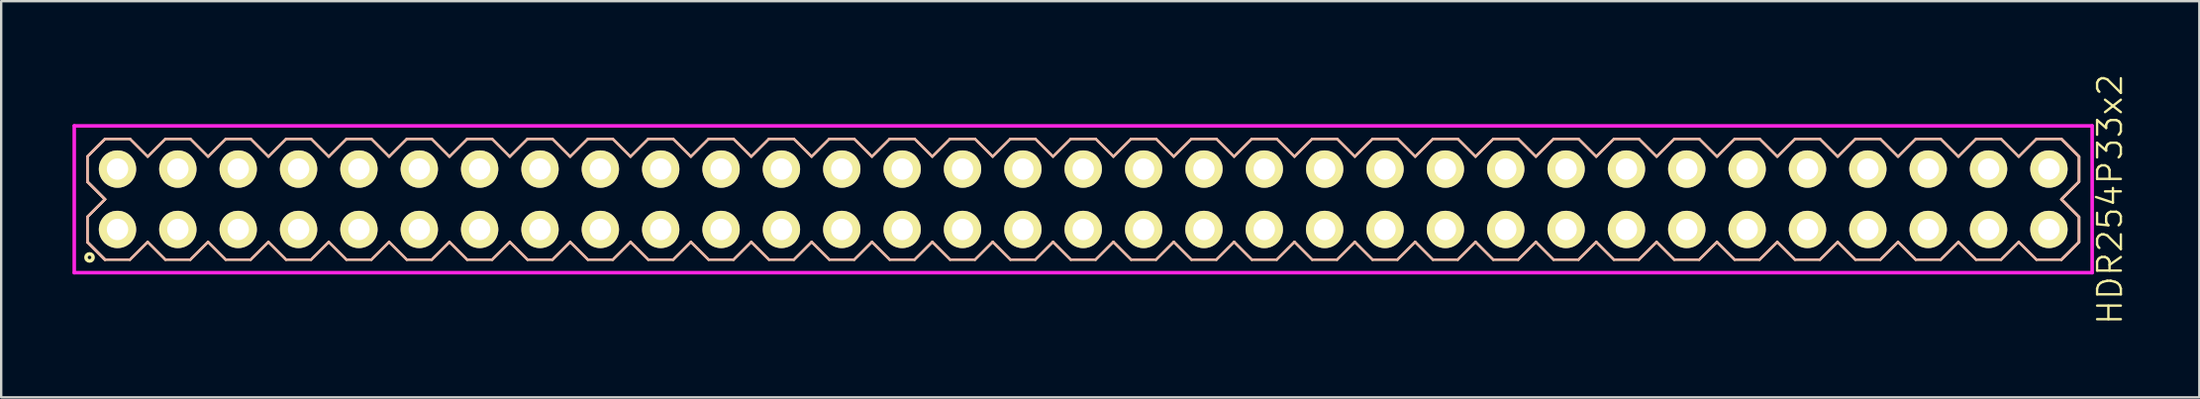
<source format=kicad_pcb>
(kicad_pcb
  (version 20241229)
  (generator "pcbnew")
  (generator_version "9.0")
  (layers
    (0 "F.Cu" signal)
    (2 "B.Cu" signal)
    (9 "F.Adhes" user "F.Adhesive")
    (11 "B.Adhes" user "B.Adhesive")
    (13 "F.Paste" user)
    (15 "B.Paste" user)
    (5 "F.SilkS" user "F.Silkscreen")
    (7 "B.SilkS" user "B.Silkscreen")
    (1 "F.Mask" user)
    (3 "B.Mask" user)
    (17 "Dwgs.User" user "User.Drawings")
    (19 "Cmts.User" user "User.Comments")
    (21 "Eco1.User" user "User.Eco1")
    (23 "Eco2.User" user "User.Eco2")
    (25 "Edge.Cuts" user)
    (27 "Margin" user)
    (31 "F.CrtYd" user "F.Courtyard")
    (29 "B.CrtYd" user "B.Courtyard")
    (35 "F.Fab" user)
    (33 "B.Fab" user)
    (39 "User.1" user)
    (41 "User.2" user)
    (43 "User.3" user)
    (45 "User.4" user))
  (footprint "HDR254P33x2"
    (layer "F.Cu")
    (at 42.535 5.336)
    (property "Reference" "HDR254P33x2" (at 43.21 0 90) (layer "F.SilkS") (effects (font (size 1 1) (thickness 0.1))))
    (attr through_hole)
    (fp_line (start -41.91 -1.796) (end -41.166 -2.54) (stroke (width 0.1) (type solid)) (layer "F.SilkS"))
    (fp_line (start -41.91 -1.796) (end -41.166 -2.54) (stroke (width 0.1) (type solid)) (layer "F.SilkS"))
    (fp_line (start -41.91 -0.744) (end -41.91 -1.796) (stroke (width 0.1) (type solid)) (layer "F.SilkS"))
    (fp_line (start -41.91 -0.744) (end -41.91 -1.796) (stroke (width 0.1) (type solid)) (layer "F.SilkS"))
    (fp_line (start -41.91 0.744) (end -41.166 0) (stroke (width 0.1) (type solid)) (layer "F.SilkS"))
    (fp_line (start -41.91 0.744) (end -41.166 0) (stroke (width 0.1) (type solid)) (layer "F.SilkS"))
    (fp_line (start -41.91 1.796) (end -41.91 0.744) (stroke (width 0.1) (type solid)) (layer "F.SilkS"))
    (fp_line (start -41.91 1.796) (end -41.91 0.744) (stroke (width 0.1) (type solid)) (layer "F.SilkS"))
    (fp_line (start -41.166 -2.54) (end -40.114 -2.54) (stroke (width 0.1) (type solid)) (layer "F.SilkS"))
    (fp_line (start -41.166 0) (end -41.91 -0.744) (stroke (width 0.1) (type solid)) (layer "F.SilkS"))
    (fp_line (start -41.166 0) (end -41.91 -0.744) (stroke (width 0.1) (type solid)) (layer "F.SilkS"))
    (fp_line (start -41.166 2.54) (end -41.91 1.796) (stroke (width 0.1) (type solid)) (layer "F.SilkS"))
    (fp_line (start -41.166 2.54) (end -41.91 1.796) (stroke (width 0.1) (type solid)) (layer "F.SilkS"))
    (fp_line (start -40.114 -2.54) (end -39.37 -1.796) (stroke (width 0.1) (type solid)) (layer "F.SilkS"))
    (fp_line (start -40.114 2.54) (end -41.166 2.54) (stroke (width 0.1) (type solid)) (layer "F.SilkS"))
    (fp_line (start -39.37 -1.796) (end -38.626 -2.54) (stroke (width 0.1) (type solid)) (layer "F.SilkS"))
    (fp_line (start -39.37 1.796) (end -40.114 2.54) (stroke (width 0.1) (type solid)) (layer "F.SilkS"))
    (fp_line (start -38.626 -2.54) (end -37.574 -2.54) (stroke (width 0.1) (type solid)) (layer "F.SilkS"))
    (fp_line (start -38.626 2.54) (end -39.37 1.796) (stroke (width 0.1) (type solid)) (layer "F.SilkS"))
    (fp_line (start -37.574 -2.54) (end -36.83 -1.796) (stroke (width 0.1) (type solid)) (layer "F.SilkS"))
    (fp_line (start -37.574 2.54) (end -38.626 2.54) (stroke (width 0.1) (type solid)) (layer "F.SilkS"))
    (fp_line (start -36.83 -1.796) (end -36.086 -2.54) (stroke (width 0.1) (type solid)) (layer "F.SilkS"))
    (fp_line (start -36.83 1.796) (end -37.574 2.54) (stroke (width 0.1) (type solid)) (layer "F.SilkS"))
    (fp_line (start -36.086 -2.54) (end -35.034 -2.54) (stroke (width 0.1) (type solid)) (layer "F.SilkS"))
    (fp_line (start -36.086 2.54) (end -36.83 1.796) (stroke (width 0.1) (type solid)) (layer "F.SilkS"))
    (fp_line (start -35.034 -2.54) (end -34.29 -1.796) (stroke (width 0.1) (type solid)) (layer "F.SilkS"))
    (fp_line (start -35.034 2.54) (end -36.086 2.54) (stroke (width 0.1) (type solid)) (layer "F.SilkS"))
    (fp_line (start -34.29 -1.796) (end -33.546 -2.54) (stroke (width 0.1) (type solid)) (layer "F.SilkS"))
    (fp_line (start -34.29 1.796) (end -35.034 2.54) (stroke (width 0.1) (type solid)) (layer "F.SilkS"))
    (fp_line (start -33.546 -2.54) (end -32.494 -2.54) (stroke (width 0.1) (type solid)) (layer "F.SilkS"))
    (fp_line (start -33.546 2.54) (end -34.29 1.796) (stroke (width 0.1) (type solid)) (layer "F.SilkS"))
    (fp_line (start -32.494 -2.54) (end -31.75 -1.796) (stroke (width 0.1) (type solid)) (layer "F.SilkS"))
    (fp_line (start -32.494 2.54) (end -33.546 2.54) (stroke (width 0.1) (type solid)) (layer "F.SilkS"))
    (fp_line (start -31.75 -1.796) (end -31.006 -2.54) (stroke (width 0.1) (type solid)) (layer "F.SilkS"))
    (fp_line (start -31.75 1.796) (end -32.494 2.54) (stroke (width 0.1) (type solid)) (layer "F.SilkS"))
    (fp_line (start -31.006 -2.54) (end -29.954 -2.54) (stroke (width 0.1) (type solid)) (layer "F.SilkS"))
    (fp_line (start -31.006 2.54) (end -31.75 1.796) (stroke (width 0.1) (type solid)) (layer "F.SilkS"))
    (fp_line (start -29.954 -2.54) (end -29.21 -1.796) (stroke (width 0.1) (type solid)) (layer "F.SilkS"))
    (fp_line (start -29.954 2.54) (end -31.006 2.54) (stroke (width 0.1) (type solid)) (layer "F.SilkS"))
    (fp_line (start -29.21 -1.796) (end -28.466 -2.54) (stroke (width 0.1) (type solid)) (layer "F.SilkS"))
    (fp_line (start -29.21 1.796) (end -29.954 2.54) (stroke (width 0.1) (type solid)) (layer "F.SilkS"))
    (fp_line (start -28.466 -2.54) (end -27.414 -2.54) (stroke (width 0.1) (type solid)) (layer "F.SilkS"))
    (fp_line (start -28.466 2.54) (end -29.21 1.796) (stroke (width 0.1) (type solid)) (layer "F.SilkS"))
    (fp_line (start -27.414 -2.54) (end -26.67 -1.796) (stroke (width 0.1) (type solid)) (layer "F.SilkS"))
    (fp_line (start -27.414 2.54) (end -28.466 2.54) (stroke (width 0.1) (type solid)) (layer "F.SilkS"))
    (fp_line (start -26.67 -1.796) (end -25.926 -2.54) (stroke (width 0.1) (type solid)) (layer "F.SilkS"))
    (fp_line (start -26.67 1.796) (end -27.414 2.54) (stroke (width 0.1) (type solid)) (layer "F.SilkS"))
    (fp_line (start -25.926 -2.54) (end -24.874 -2.54) (stroke (width 0.1) (type solid)) (layer "F.SilkS"))
    (fp_line (start -25.926 2.54) (end -26.67 1.796) (stroke (width 0.1) (type solid)) (layer "F.SilkS"))
    (fp_line (start -24.874 -2.54) (end -24.13 -1.796) (stroke (width 0.1) (type solid)) (layer "F.SilkS"))
    (fp_line (start -24.874 2.54) (end -25.926 2.54) (stroke (width 0.1) (type solid)) (layer "F.SilkS"))
    (fp_line (start -24.13 -1.796) (end -23.386 -2.54) (stroke (width 0.1) (type solid)) (layer "F.SilkS"))
    (fp_line (start -24.13 1.796) (end -24.874 2.54) (stroke (width 0.1) (type solid)) (layer "F.SilkS"))
    (fp_line (start -23.386 -2.54) (end -22.334 -2.54) (stroke (width 0.1) (type solid)) (layer "F.SilkS"))
    (fp_line (start -23.386 2.54) (end -24.13 1.796) (stroke (width 0.1) (type solid)) (layer "F.SilkS"))
    (fp_line (start -22.334 -2.54) (end -21.59 -1.796) (stroke (width 0.1) (type solid)) (layer "F.SilkS"))
    (fp_line (start -22.334 2.54) (end -23.386 2.54) (stroke (width 0.1) (type solid)) (layer "F.SilkS"))
    (fp_line (start -21.59 -1.796) (end -20.846 -2.54) (stroke (width 0.1) (type solid)) (layer "F.SilkS"))
    (fp_line (start -21.59 1.796) (end -22.334 2.54) (stroke (width 0.1) (type solid)) (layer "F.SilkS"))
    (fp_line (start -20.846 -2.54) (end -19.794 -2.54) (stroke (width 0.1) (type solid)) (layer "F.SilkS"))
    (fp_line (start -20.846 2.54) (end -21.59 1.796) (stroke (width 0.1) (type solid)) (layer "F.SilkS"))
    (fp_line (start -19.794 -2.54) (end -19.05 -1.796) (stroke (width 0.1) (type solid)) (layer "F.SilkS"))
    (fp_line (start -19.794 2.54) (end -20.846 2.54) (stroke (width 0.1) (type solid)) (layer "F.SilkS"))
    (fp_line (start -19.05 -1.796) (end -18.306 -2.54) (stroke (width 0.1) (type solid)) (layer "F.SilkS"))
    (fp_line (start -19.05 1.796) (end -19.794 2.54) (stroke (width 0.1) (type solid)) (layer "F.SilkS"))
    (fp_line (start -18.306 -2.54) (end -17.254 -2.54) (stroke (width 0.1) (type solid)) (layer "F.SilkS"))
    (fp_line (start -18.306 2.54) (end -19.05 1.796) (stroke (width 0.1) (type solid)) (layer "F.SilkS"))
    (fp_line (start -17.254 -2.54) (end -16.51 -1.796) (stroke (width 0.1) (type solid)) (layer "F.SilkS"))
    (fp_line (start -17.254 2.54) (end -18.306 2.54) (stroke (width 0.1) (type solid)) (layer "F.SilkS"))
    (fp_line (start -16.51 -1.796) (end -15.766 -2.54) (stroke (width 0.1) (type solid)) (layer "F.SilkS"))
    (fp_line (start -16.51 1.796) (end -17.254 2.54) (stroke (width 0.1) (type solid)) (layer "F.SilkS"))
    (fp_line (start -15.766 -2.54) (end -14.714 -2.54) (stroke (width 0.1) (type solid)) (layer "F.SilkS"))
    (fp_line (start -15.766 2.54) (end -16.51 1.796) (stroke (width 0.1) (type solid)) (layer "F.SilkS"))
    (fp_line (start -14.714 -2.54) (end -13.97 -1.796) (stroke (width 0.1) (type solid)) (layer "F.SilkS"))
    (fp_line (start -14.714 2.54) (end -15.766 2.54) (stroke (width 0.1) (type solid)) (layer "F.SilkS"))
    (fp_line (start -13.97 -1.796) (end -13.226 -2.54) (stroke (width 0.1) (type solid)) (layer "F.SilkS"))
    (fp_line (start -13.97 1.796) (end -14.714 2.54) (stroke (width 0.1) (type solid)) (layer "F.SilkS"))
    (fp_line (start -13.226 -2.54) (end -12.174 -2.54) (stroke (width 0.1) (type solid)) (layer "F.SilkS"))
    (fp_line (start -13.226 2.54) (end -13.97 1.796) (stroke (width 0.1) (type solid)) (layer "F.SilkS"))
    (fp_line (start -12.174 -2.54) (end -11.43 -1.796) (stroke (width 0.1) (type solid)) (layer "F.SilkS"))
    (fp_line (start -12.174 2.54) (end -13.226 2.54) (stroke (width 0.1) (type solid)) (layer "F.SilkS"))
    (fp_line (start -11.43 -1.796) (end -10.686 -2.54) (stroke (width 0.1) (type solid)) (layer "F.SilkS"))
    (fp_line (start -11.43 1.796) (end -12.174 2.54) (stroke (width 0.1) (type solid)) (layer "F.SilkS"))
    (fp_line (start -10.686 -2.54) (end -9.634 -2.54) (stroke (width 0.1) (type solid)) (layer "F.SilkS"))
    (fp_line (start -10.686 2.54) (end -11.43 1.796) (stroke (width 0.1) (type solid)) (layer "F.SilkS"))
    (fp_line (start -9.634 -2.54) (end -8.89 -1.796) (stroke (width 0.1) (type solid)) (layer "F.SilkS"))
    (fp_line (start -9.634 2.54) (end -10.686 2.54) (stroke (width 0.1) (type solid)) (layer "F.SilkS"))
    (fp_line (start -8.89 -1.796) (end -8.146 -2.54) (stroke (width 0.1) (type solid)) (layer "F.SilkS"))
    (fp_line (start -8.89 1.796) (end -9.634 2.54) (stroke (width 0.1) (type solid)) (layer "F.SilkS"))
    (fp_line (start -8.146 -2.54) (end -7.094 -2.54) (stroke (width 0.1) (type solid)) (layer "F.SilkS"))
    (fp_line (start -8.146 2.54) (end -8.89 1.796) (stroke (width 0.1) (type solid)) (layer "F.SilkS"))
    (fp_line (start -7.094 -2.54) (end -6.35 -1.796) (stroke (width 0.1) (type solid)) (layer "F.SilkS"))
    (fp_line (start -7.094 2.54) (end -8.146 2.54) (stroke (width 0.1) (type solid)) (layer "F.SilkS"))
    (fp_line (start -6.35 -1.796) (end -5.606 -2.54) (stroke (width 0.1) (type solid)) (layer "F.SilkS"))
    (fp_line (start -6.35 1.796) (end -7.094 2.54) (stroke (width 0.1) (type solid)) (layer "F.SilkS"))
    (fp_line (start -5.606 -2.54) (end -4.554 -2.54) (stroke (width 0.1) (type solid)) (layer "F.SilkS"))
    (fp_line (start -5.606 2.54) (end -6.35 1.796) (stroke (width 0.1) (type solid)) (layer "F.SilkS"))
    (fp_line (start -4.554 -2.54) (end -3.81 -1.796) (stroke (width 0.1) (type solid)) (layer "F.SilkS"))
    (fp_line (start -4.554 2.54) (end -5.606 2.54) (stroke (width 0.1) (type solid)) (layer "F.SilkS"))
    (fp_line (start -3.81 -1.796) (end -3.066 -2.54) (stroke (width 0.1) (type solid)) (layer "F.SilkS"))
    (fp_line (start -3.81 1.796) (end -4.554 2.54) (stroke (width 0.1) (type solid)) (layer "F.SilkS"))
    (fp_line (start -3.066 -2.54) (end -2.014 -2.54) (stroke (width 0.1) (type solid)) (layer "F.SilkS"))
    (fp_line (start -3.066 2.54) (end -3.81 1.796) (stroke (width 0.1) (type solid)) (layer "F.SilkS"))
    (fp_line (start -2.014 -2.54) (end -1.27 -1.796) (stroke (width 0.1) (type solid)) (layer "F.SilkS"))
    (fp_line (start -2.014 2.54) (end -3.066 2.54) (stroke (width 0.1) (type solid)) (layer "F.SilkS"))
    (fp_line (start -1.27 -1.796) (end -0.526 -2.54) (stroke (width 0.1) (type solid)) (layer "F.SilkS"))
    (fp_line (start -1.27 1.796) (end -2.014 2.54) (stroke (width 0.1) (type solid)) (layer "F.SilkS"))
    (fp_line (start -0.526 -2.54) (end 0.526 -2.54) (stroke (width 0.1) (type solid)) (layer "F.SilkS"))
    (fp_line (start -0.526 2.54) (end -1.27 1.796) (stroke (width 0.1) (type solid)) (layer "F.SilkS"))
    (fp_line (start 0.526 -2.54) (end 1.27 -1.796) (stroke (width 0.1) (type solid)) (layer "F.SilkS"))
    (fp_line (start 0.526 2.54) (end -0.526 2.54) (stroke (width 0.1) (type solid)) (layer "F.SilkS"))
    (fp_line (start 1.27 -1.796) (end 2.014 -2.54) (stroke (width 0.1) (type solid)) (layer "F.SilkS"))
    (fp_line (start 1.27 1.796) (end 0.526 2.54) (stroke (width 0.1) (type solid)) (layer "F.SilkS"))
    (fp_line (start 2.014 -2.54) (end 3.066 -2.54) (stroke (width 0.1) (type solid)) (layer "F.SilkS"))
    (fp_line (start 2.014 2.54) (end 1.27 1.796) (stroke (width 0.1) (type solid)) (layer "F.SilkS"))
    (fp_line (start 3.066 -2.54) (end 3.81 -1.796) (stroke (width 0.1) (type solid)) (layer "F.SilkS"))
    (fp_line (start 3.066 2.54) (end 2.014 2.54) (stroke (width 0.1) (type solid)) (layer "F.SilkS"))
    (fp_line (start 3.81 -1.796) (end 4.554 -2.54) (stroke (width 0.1) (type solid)) (layer "F.SilkS"))
    (fp_line (start 3.81 1.796) (end 3.066 2.54) (stroke (width 0.1) (type solid)) (layer "F.SilkS"))
    (fp_line (start 4.554 -2.54) (end 5.606 -2.54) (stroke (width 0.1) (type solid)) (layer "F.SilkS"))
    (fp_line (start 4.554 2.54) (end 3.81 1.796) (stroke (width 0.1) (type solid)) (layer "F.SilkS"))
    (fp_line (start 5.606 -2.54) (end 6.35 -1.796) (stroke (width 0.1) (type solid)) (layer "F.SilkS"))
    (fp_line (start 5.606 2.54) (end 4.554 2.54) (stroke (width 0.1) (type solid)) (layer "F.SilkS"))
    (fp_line (start 6.35 -1.796) (end 7.094 -2.54) (stroke (width 0.1) (type solid)) (layer "F.SilkS"))
    (fp_line (start 6.35 1.796) (end 5.606 2.54) (stroke (width 0.1) (type solid)) (layer "F.SilkS"))
    (fp_line (start 7.094 -2.54) (end 8.146 -2.54) (stroke (width 0.1) (type solid)) (layer "F.SilkS"))
    (fp_line (start 7.094 2.54) (end 6.35 1.796) (stroke (width 0.1) (type solid)) (layer "F.SilkS"))
    (fp_line (start 8.146 -2.54) (end 8.89 -1.796) (stroke (width 0.1) (type solid)) (layer "F.SilkS"))
    (fp_line (start 8.146 2.54) (end 7.094 2.54) (stroke (width 0.1) (type solid)) (layer "F.SilkS"))
    (fp_line (start 8.89 -1.796) (end 9.634 -2.54) (stroke (width 0.1) (type solid)) (layer "F.SilkS"))
    (fp_line (start 8.89 1.796) (end 8.146 2.54) (stroke (width 0.1) (type solid)) (layer "F.SilkS"))
    (fp_line (start 9.634 -2.54) (end 10.686 -2.54) (stroke (width 0.1) (type solid)) (layer "F.SilkS"))
    (fp_line (start 9.634 2.54) (end 8.89 1.796) (stroke (width 0.1) (type solid)) (layer "F.SilkS"))
    (fp_line (start 10.686 -2.54) (end 11.43 -1.796) (stroke (width 0.1) (type solid)) (layer "F.SilkS"))
    (fp_line (start 10.686 2.54) (end 9.634 2.54) (stroke (width 0.1) (type solid)) (layer "F.SilkS"))
    (fp_line (start 11.43 -1.796) (end 12.174 -2.54) (stroke (width 0.1) (type solid)) (layer "F.SilkS"))
    (fp_line (start 11.43 1.796) (end 10.686 2.54) (stroke (width 0.1) (type solid)) (layer "F.SilkS"))
    (fp_line (start 12.174 -2.54) (end 13.226 -2.54) (stroke (width 0.1) (type solid)) (layer "F.SilkS"))
    (fp_line (start 12.174 2.54) (end 11.43 1.796) (stroke (width 0.1) (type solid)) (layer "F.SilkS"))
    (fp_line (start 13.226 -2.54) (end 13.97 -1.796) (stroke (width 0.1) (type solid)) (layer "F.SilkS"))
    (fp_line (start 13.226 2.54) (end 12.174 2.54) (stroke (width 0.1) (type solid)) (layer "F.SilkS"))
    (fp_line (start 13.97 -1.796) (end 14.714 -2.54) (stroke (width 0.1) (type solid)) (layer "F.SilkS"))
    (fp_line (start 13.97 1.796) (end 13.226 2.54) (stroke (width 0.1) (type solid)) (layer "F.SilkS"))
    (fp_line (start 14.714 -2.54) (end 15.766 -2.54) (stroke (width 0.1) (type solid)) (layer "F.SilkS"))
    (fp_line (start 14.714 2.54) (end 13.97 1.796) (stroke (width 0.1) (type solid)) (layer "F.SilkS"))
    (fp_line (start 15.766 -2.54) (end 16.51 -1.796) (stroke (width 0.1) (type solid)) (layer "F.SilkS"))
    (fp_line (start 15.766 2.54) (end 14.714 2.54) (stroke (width 0.1) (type solid)) (layer "F.SilkS"))
    (fp_line (start 16.51 -1.796) (end 17.254 -2.54) (stroke (width 0.1) (type solid)) (layer "F.SilkS"))
    (fp_line (start 16.51 1.796) (end 15.766 2.54) (stroke (width 0.1) (type solid)) (layer "F.SilkS"))
    (fp_line (start 17.254 -2.54) (end 18.306 -2.54) (stroke (width 0.1) (type solid)) (layer "F.SilkS"))
    (fp_line (start 17.254 2.54) (end 16.51 1.796) (stroke (width 0.1) (type solid)) (layer "F.SilkS"))
    (fp_line (start 18.306 -2.54) (end 19.05 -1.796) (stroke (width 0.1) (type solid)) (layer "F.SilkS"))
    (fp_line (start 18.306 2.54) (end 17.254 2.54) (stroke (width 0.1) (type solid)) (layer "F.SilkS"))
    (fp_line (start 19.05 -1.796) (end 19.794 -2.54) (stroke (width 0.1) (type solid)) (layer "F.SilkS"))
    (fp_line (start 19.05 1.796) (end 18.306 2.54) (stroke (width 0.1) (type solid)) (layer "F.SilkS"))
    (fp_line (start 19.794 -2.54) (end 20.846 -2.54) (stroke (width 0.1) (type solid)) (layer "F.SilkS"))
    (fp_line (start 19.794 2.54) (end 19.05 1.796) (stroke (width 0.1) (type solid)) (layer "F.SilkS"))
    (fp_line (start 20.846 -2.54) (end 21.59 -1.796) (stroke (width 0.1) (type solid)) (layer "F.SilkS"))
    (fp_line (start 20.846 2.54) (end 19.794 2.54) (stroke (width 0.1) (type solid)) (layer "F.SilkS"))
    (fp_line (start 21.59 -1.796) (end 22.334 -2.54) (stroke (width 0.1) (type solid)) (layer "F.SilkS"))
    (fp_line (start 21.59 1.796) (end 20.846 2.54) (stroke (width 0.1) (type solid)) (layer "F.SilkS"))
    (fp_line (start 22.334 -2.54) (end 23.386 -2.54) (stroke (width 0.1) (type solid)) (layer "F.SilkS"))
    (fp_line (start 22.334 2.54) (end 21.59 1.796) (stroke (width 0.1) (type solid)) (layer "F.SilkS"))
    (fp_line (start 23.386 -2.54) (end 24.13 -1.796) (stroke (width 0.1) (type solid)) (layer "F.SilkS"))
    (fp_line (start 23.386 2.54) (end 22.334 2.54) (stroke (width 0.1) (type solid)) (layer "F.SilkS"))
    (fp_line (start 24.13 -1.796) (end 24.874 -2.54) (stroke (width 0.1) (type solid)) (layer "F.SilkS"))
    (fp_line (start 24.13 1.796) (end 23.386 2.54) (stroke (width 0.1) (type solid)) (layer "F.SilkS"))
    (fp_line (start 24.874 -2.54) (end 25.926 -2.54) (stroke (width 0.1) (type solid)) (layer "F.SilkS"))
    (fp_line (start 24.874 2.54) (end 24.13 1.796) (stroke (width 0.1) (type solid)) (layer "F.SilkS"))
    (fp_line (start 25.926 -2.54) (end 26.67 -1.796) (stroke (width 0.1) (type solid)) (layer "F.SilkS"))
    (fp_line (start 25.926 2.54) (end 24.874 2.54) (stroke (width 0.1) (type solid)) (layer "F.SilkS"))
    (fp_line (start 26.67 -1.796) (end 27.414 -2.54) (stroke (width 0.1) (type solid)) (layer "F.SilkS"))
    (fp_line (start 26.67 1.796) (end 25.926 2.54) (stroke (width 0.1) (type solid)) (layer "F.SilkS"))
    (fp_line (start 27.414 -2.54) (end 28.466 -2.54) (stroke (width 0.1) (type solid)) (layer "F.SilkS"))
    (fp_line (start 27.414 2.54) (end 26.67 1.796) (stroke (width 0.1) (type solid)) (layer "F.SilkS"))
    (fp_line (start 28.466 -2.54) (end 29.21 -1.796) (stroke (width 0.1) (type solid)) (layer "F.SilkS"))
    (fp_line (start 28.466 2.54) (end 27.414 2.54) (stroke (width 0.1) (type solid)) (layer "F.SilkS"))
    (fp_line (start 29.21 -1.796) (end 29.954 -2.54) (stroke (width 0.1) (type solid)) (layer "F.SilkS"))
    (fp_line (start 29.21 1.796) (end 28.466 2.54) (stroke (width 0.1) (type solid)) (layer "F.SilkS"))
    (fp_line (start 29.954 -2.54) (end 31.006 -2.54) (stroke (width 0.1) (type solid)) (layer "F.SilkS"))
    (fp_line (start 29.954 2.54) (end 29.21 1.796) (stroke (width 0.1) (type solid)) (layer "F.SilkS"))
    (fp_line (start 31.006 -2.54) (end 31.75 -1.796) (stroke (width 0.1) (type solid)) (layer "F.SilkS"))
    (fp_line (start 31.006 2.54) (end 29.954 2.54) (stroke (width 0.1) (type solid)) (layer "F.SilkS"))
    (fp_line (start 31.75 -1.796) (end 32.494 -2.54) (stroke (width 0.1) (type solid)) (layer "F.SilkS"))
    (fp_line (start 31.75 1.796) (end 31.006 2.54) (stroke (width 0.1) (type solid)) (layer "F.SilkS"))
    (fp_line (start 32.494 -2.54) (end 33.546 -2.54) (stroke (width 0.1) (type solid)) (layer "F.SilkS"))
    (fp_line (start 32.494 2.54) (end 31.75 1.796) (stroke (width 0.1) (type solid)) (layer "F.SilkS"))
    (fp_line (start 33.546 -2.54) (end 34.29 -1.796) (stroke (width 0.1) (type solid)) (layer "F.SilkS"))
    (fp_line (start 33.546 2.54) (end 32.494 2.54) (stroke (width 0.1) (type solid)) (layer "F.SilkS"))
    (fp_line (start 34.29 -1.796) (end 35.034 -2.54) (stroke (width 0.1) (type solid)) (layer "F.SilkS"))
    (fp_line (start 34.29 1.796) (end 33.546 2.54) (stroke (width 0.1) (type solid)) (layer "F.SilkS"))
    (fp_line (start 35.034 -2.54) (end 36.086 -2.54) (stroke (width 0.1) (type solid)) (layer "F.SilkS"))
    (fp_line (start 35.034 2.54) (end 34.29 1.796) (stroke (width 0.1) (type solid)) (layer "F.SilkS"))
    (fp_line (start 36.086 -2.54) (end 36.83 -1.796) (stroke (width 0.1) (type solid)) (layer "F.SilkS"))
    (fp_line (start 36.086 2.54) (end 35.034 2.54) (stroke (width 0.1) (type solid)) (layer "F.SilkS"))
    (fp_line (start 36.83 -1.796) (end 37.574 -2.54) (stroke (width 0.1) (type solid)) (layer "F.SilkS"))
    (fp_line (start 36.83 1.796) (end 36.086 2.54) (stroke (width 0.1) (type solid)) (layer "F.SilkS"))
    (fp_line (start 37.574 -2.54) (end 38.626 -2.54) (stroke (width 0.1) (type solid)) (layer "F.SilkS"))
    (fp_line (start 37.574 2.54) (end 36.83 1.796) (stroke (width 0.1) (type solid)) (layer "F.SilkS"))
    (fp_line (start 38.626 -2.54) (end 39.37 -1.796) (stroke (width 0.1) (type solid)) (layer "F.SilkS"))
    (fp_line (start 38.626 2.54) (end 37.574 2.54) (stroke (width 0.1) (type solid)) (layer "F.SilkS"))
    (fp_line (start 39.37 -1.796) (end 40.114 -2.54) (stroke (width 0.1) (type solid)) (layer "F.SilkS"))
    (fp_line (start 39.37 1.796) (end 38.626 2.54) (stroke (width 0.1) (type solid)) (layer "F.SilkS"))
    (fp_line (start 40.114 -2.54) (end 41.166 -2.54) (stroke (width 0.1) (type solid)) (layer "F.SilkS"))
    (fp_line (start 40.114 2.54) (end 39.37 1.796) (stroke (width 0.1) (type solid)) (layer "F.SilkS"))
    (fp_line (start 41.166 -2.54) (end 41.91 -1.796) (stroke (width 0.1) (type solid)) (layer "F.SilkS"))
    (fp_line (start 41.166 -2.54) (end 41.91 -1.796) (stroke (width 0.1) (type solid)) (layer "F.SilkS"))
    (fp_line (start 41.166 0) (end 41.91 0.744) (stroke (width 0.1) (type solid)) (layer "F.SilkS"))
    (fp_line (start 41.166 0) (end 41.91 0.744) (stroke (width 0.1) (type solid)) (layer "F.SilkS"))
    (fp_line (start 41.166 2.54) (end 40.114 2.54) (stroke (width 0.1) (type solid)) (layer "F.SilkS"))
    (fp_line (start 41.91 -1.796) (end 41.91 -0.744) (stroke (width 0.1) (type solid)) (layer "F.SilkS"))
    (fp_line (start 41.91 -1.796) (end 41.91 -0.744) (stroke (width 0.1) (type solid)) (layer "F.SilkS"))
    (fp_line (start 41.91 -0.744) (end 41.166 0) (stroke (width 0.1) (type solid)) (layer "F.SilkS"))
    (fp_line (start 41.91 -0.744) (end 41.166 0) (stroke (width 0.1) (type solid)) (layer "F.SilkS"))
    (fp_line (start 41.91 0.744) (end 41.91 1.796) (stroke (width 0.1) (type solid)) (layer "F.SilkS"))
    (fp_line (start 41.91 0.744) (end 41.91 1.796) (stroke (width 0.1) (type solid)) (layer "F.SilkS"))
    (fp_line (start 41.91 1.796) (end 41.166 2.54) (stroke (width 0.1) (type solid)) (layer "F.SilkS"))
    (fp_line (start 41.91 1.796) (end 41.166 2.54) (stroke (width 0.1) (type solid)) (layer "F.SilkS"))
    (fp_circle (center -41.817 2.448) (end -41.667 2.448) (stroke (width 0.15) (type solid)) (fill no) (layer "F.SilkS"))
    (fp_line (start -41.91 -1.796) (end -41.166 -2.54) (stroke (width 0.1) (type solid)) (layer "B.SilkS"))
    (fp_line (start -41.91 -1.796) (end -41.166 -2.54) (stroke (width 0.1) (type solid)) (layer "B.SilkS"))
    (fp_line (start -41.91 -0.744) (end -41.91 -1.796) (stroke (width 0.1) (type solid)) (layer "B.SilkS"))
    (fp_line (start -41.91 -0.744) (end -41.91 -1.796) (stroke (width 0.1) (type solid)) (layer "B.SilkS"))
    (fp_line (start -41.91 0.744) (end -41.166 0) (stroke (width 0.1) (type solid)) (layer "B.SilkS"))
    (fp_line (start -41.91 0.744) (end -41.166 0) (stroke (width 0.1) (type solid)) (layer "B.SilkS"))
    (fp_line (start -41.91 1.796) (end -41.91 0.744) (stroke (width 0.1) (type solid)) (layer "B.SilkS"))
    (fp_line (start -41.91 1.796) (end -41.91 0.744) (stroke (width 0.1) (type solid)) (layer "B.SilkS"))
    (fp_line (start -41.166 -2.54) (end -40.114 -2.54) (stroke (width 0.1) (type solid)) (layer "B.SilkS"))
    (fp_line (start -41.166 0) (end -41.91 -0.744) (stroke (width 0.1) (type solid)) (layer "B.SilkS"))
    (fp_line (start -41.166 0) (end -41.91 -0.744) (stroke (width 0.1) (type solid)) (layer "B.SilkS"))
    (fp_line (start -41.166 2.54) (end -41.91 1.796) (stroke (width 0.1) (type solid)) (layer "B.SilkS"))
    (fp_line (start -41.166 2.54) (end -41.91 1.796) (stroke (width 0.1) (type solid)) (layer "B.SilkS"))
    (fp_line (start -40.114 -2.54) (end -39.37 -1.796) (stroke (width 0.1) (type solid)) (layer "B.SilkS"))
    (fp_line (start -40.114 2.54) (end -41.166 2.54) (stroke (width 0.1) (type solid)) (layer "B.SilkS"))
    (fp_line (start -39.37 -1.796) (end -38.626 -2.54) (stroke (width 0.1) (type solid)) (layer "B.SilkS"))
    (fp_line (start -39.37 1.796) (end -40.114 2.54) (stroke (width 0.1) (type solid)) (layer "B.SilkS"))
    (fp_line (start -38.626 -2.54) (end -37.574 -2.54) (stroke (width 0.1) (type solid)) (layer "B.SilkS"))
    (fp_line (start -38.626 2.54) (end -39.37 1.796) (stroke (width 0.1) (type solid)) (layer "B.SilkS"))
    (fp_line (start -37.574 -2.54) (end -36.83 -1.796) (stroke (width 0.1) (type solid)) (layer "B.SilkS"))
    (fp_line (start -37.574 2.54) (end -38.626 2.54) (stroke (width 0.1) (type solid)) (layer "B.SilkS"))
    (fp_line (start -36.83 -1.796) (end -36.086 -2.54) (stroke (width 0.1) (type solid)) (layer "B.SilkS"))
    (fp_line (start -36.83 1.796) (end -37.574 2.54) (stroke (width 0.1) (type solid)) (layer "B.SilkS"))
    (fp_line (start -36.086 -2.54) (end -35.034 -2.54) (stroke (width 0.1) (type solid)) (layer "B.SilkS"))
    (fp_line (start -36.086 2.54) (end -36.83 1.796) (stroke (width 0.1) (type solid)) (layer "B.SilkS"))
    (fp_line (start -35.034 -2.54) (end -34.29 -1.796) (stroke (width 0.1) (type solid)) (layer "B.SilkS"))
    (fp_line (start -35.034 2.54) (end -36.086 2.54) (stroke (width 0.1) (type solid)) (layer "B.SilkS"))
    (fp_line (start -34.29 -1.796) (end -33.546 -2.54) (stroke (width 0.1) (type solid)) (layer "B.SilkS"))
    (fp_line (start -34.29 1.796) (end -35.034 2.54) (stroke (width 0.1) (type solid)) (layer "B.SilkS"))
    (fp_line (start -33.546 -2.54) (end -32.494 -2.54) (stroke (width 0.1) (type solid)) (layer "B.SilkS"))
    (fp_line (start -33.546 2.54) (end -34.29 1.796) (stroke (width 0.1) (type solid)) (layer "B.SilkS"))
    (fp_line (start -32.494 -2.54) (end -31.75 -1.796) (stroke (width 0.1) (type solid)) (layer "B.SilkS"))
    (fp_line (start -32.494 2.54) (end -33.546 2.54) (stroke (width 0.1) (type solid)) (layer "B.SilkS"))
    (fp_line (start -31.75 -1.796) (end -31.006 -2.54) (stroke (width 0.1) (type solid)) (layer "B.SilkS"))
    (fp_line (start -31.75 1.796) (end -32.494 2.54) (stroke (width 0.1) (type solid)) (layer "B.SilkS"))
    (fp_line (start -31.006 -2.54) (end -29.954 -2.54) (stroke (width 0.1) (type solid)) (layer "B.SilkS"))
    (fp_line (start -31.006 2.54) (end -31.75 1.796) (stroke (width 0.1) (type solid)) (layer "B.SilkS"))
    (fp_line (start -29.954 -2.54) (end -29.21 -1.796) (stroke (width 0.1) (type solid)) (layer "B.SilkS"))
    (fp_line (start -29.954 2.54) (end -31.006 2.54) (stroke (width 0.1) (type solid)) (layer "B.SilkS"))
    (fp_line (start -29.21 -1.796) (end -28.466 -2.54) (stroke (width 0.1) (type solid)) (layer "B.SilkS"))
    (fp_line (start -29.21 1.796) (end -29.954 2.54) (stroke (width 0.1) (type solid)) (layer "B.SilkS"))
    (fp_line (start -28.466 -2.54) (end -27.414 -2.54) (stroke (width 0.1) (type solid)) (layer "B.SilkS"))
    (fp_line (start -28.466 2.54) (end -29.21 1.796) (stroke (width 0.1) (type solid)) (layer "B.SilkS"))
    (fp_line (start -27.414 -2.54) (end -26.67 -1.796) (stroke (width 0.1) (type solid)) (layer "B.SilkS"))
    (fp_line (start -27.414 2.54) (end -28.466 2.54) (stroke (width 0.1) (type solid)) (layer "B.SilkS"))
    (fp_line (start -26.67 -1.796) (end -25.926 -2.54) (stroke (width 0.1) (type solid)) (layer "B.SilkS"))
    (fp_line (start -26.67 1.796) (end -27.414 2.54) (stroke (width 0.1) (type solid)) (layer "B.SilkS"))
    (fp_line (start -25.926 -2.54) (end -24.874 -2.54) (stroke (width 0.1) (type solid)) (layer "B.SilkS"))
    (fp_line (start -25.926 2.54) (end -26.67 1.796) (stroke (width 0.1) (type solid)) (layer "B.SilkS"))
    (fp_line (start -24.874 -2.54) (end -24.13 -1.796) (stroke (width 0.1) (type solid)) (layer "B.SilkS"))
    (fp_line (start -24.874 2.54) (end -25.926 2.54) (stroke (width 0.1) (type solid)) (layer "B.SilkS"))
    (fp_line (start -24.13 -1.796) (end -23.386 -2.54) (stroke (width 0.1) (type solid)) (layer "B.SilkS"))
    (fp_line (start -24.13 1.796) (end -24.874 2.54) (stroke (width 0.1) (type solid)) (layer "B.SilkS"))
    (fp_line (start -23.386 -2.54) (end -22.334 -2.54) (stroke (width 0.1) (type solid)) (layer "B.SilkS"))
    (fp_line (start -23.386 2.54) (end -24.13 1.796) (stroke (width 0.1) (type solid)) (layer "B.SilkS"))
    (fp_line (start -22.334 -2.54) (end -21.59 -1.796) (stroke (width 0.1) (type solid)) (layer "B.SilkS"))
    (fp_line (start -22.334 2.54) (end -23.386 2.54) (stroke (width 0.1) (type solid)) (layer "B.SilkS"))
    (fp_line (start -21.59 -1.796) (end -20.846 -2.54) (stroke (width 0.1) (type solid)) (layer "B.SilkS"))
    (fp_line (start -21.59 1.796) (end -22.334 2.54) (stroke (width 0.1) (type solid)) (layer "B.SilkS"))
    (fp_line (start -20.846 -2.54) (end -19.794 -2.54) (stroke (width 0.1) (type solid)) (layer "B.SilkS"))
    (fp_line (start -20.846 2.54) (end -21.59 1.796) (stroke (width 0.1) (type solid)) (layer "B.SilkS"))
    (fp_line (start -19.794 -2.54) (end -19.05 -1.796) (stroke (width 0.1) (type solid)) (layer "B.SilkS"))
    (fp_line (start -19.794 2.54) (end -20.846 2.54) (stroke (width 0.1) (type solid)) (layer "B.SilkS"))
    (fp_line (start -19.05 -1.796) (end -18.306 -2.54) (stroke (width 0.1) (type solid)) (layer "B.SilkS"))
    (fp_line (start -19.05 1.796) (end -19.794 2.54) (stroke (width 0.1) (type solid)) (layer "B.SilkS"))
    (fp_line (start -18.306 -2.54) (end -17.254 -2.54) (stroke (width 0.1) (type solid)) (layer "B.SilkS"))
    (fp_line (start -18.306 2.54) (end -19.05 1.796) (stroke (width 0.1) (type solid)) (layer "B.SilkS"))
    (fp_line (start -17.254 -2.54) (end -16.51 -1.796) (stroke (width 0.1) (type solid)) (layer "B.SilkS"))
    (fp_line (start -17.254 2.54) (end -18.306 2.54) (stroke (width 0.1) (type solid)) (layer "B.SilkS"))
    (fp_line (start -16.51 -1.796) (end -15.766 -2.54) (stroke (width 0.1) (type solid)) (layer "B.SilkS"))
    (fp_line (start -16.51 1.796) (end -17.254 2.54) (stroke (width 0.1) (type solid)) (layer "B.SilkS"))
    (fp_line (start -15.766 -2.54) (end -14.714 -2.54) (stroke (width 0.1) (type solid)) (layer "B.SilkS"))
    (fp_line (start -15.766 2.54) (end -16.51 1.796) (stroke (width 0.1) (type solid)) (layer "B.SilkS"))
    (fp_line (start -14.714 -2.54) (end -13.97 -1.796) (stroke (width 0.1) (type solid)) (layer "B.SilkS"))
    (fp_line (start -14.714 2.54) (end -15.766 2.54) (stroke (width 0.1) (type solid)) (layer "B.SilkS"))
    (fp_line (start -13.97 -1.796) (end -13.226 -2.54) (stroke (width 0.1) (type solid)) (layer "B.SilkS"))
    (fp_line (start -13.97 1.796) (end -14.714 2.54) (stroke (width 0.1) (type solid)) (layer "B.SilkS"))
    (fp_line (start -13.226 -2.54) (end -12.174 -2.54) (stroke (width 0.1) (type solid)) (layer "B.SilkS"))
    (fp_line (start -13.226 2.54) (end -13.97 1.796) (stroke (width 0.1) (type solid)) (layer "B.SilkS"))
    (fp_line (start -12.174 -2.54) (end -11.43 -1.796) (stroke (width 0.1) (type solid)) (layer "B.SilkS"))
    (fp_line (start -12.174 2.54) (end -13.226 2.54) (stroke (width 0.1) (type solid)) (layer "B.SilkS"))
    (fp_line (start -11.43 -1.796) (end -10.686 -2.54) (stroke (width 0.1) (type solid)) (layer "B.SilkS"))
    (fp_line (start -11.43 1.796) (end -12.174 2.54) (stroke (width 0.1) (type solid)) (layer "B.SilkS"))
    (fp_line (start -10.686 -2.54) (end -9.634 -2.54) (stroke (width 0.1) (type solid)) (layer "B.SilkS"))
    (fp_line (start -10.686 2.54) (end -11.43 1.796) (stroke (width 0.1) (type solid)) (layer "B.SilkS"))
    (fp_line (start -9.634 -2.54) (end -8.89 -1.796) (stroke (width 0.1) (type solid)) (layer "B.SilkS"))
    (fp_line (start -9.634 2.54) (end -10.686 2.54) (stroke (width 0.1) (type solid)) (layer "B.SilkS"))
    (fp_line (start -8.89 -1.796) (end -8.146 -2.54) (stroke (width 0.1) (type solid)) (layer "B.SilkS"))
    (fp_line (start -8.89 1.796) (end -9.634 2.54) (stroke (width 0.1) (type solid)) (layer "B.SilkS"))
    (fp_line (start -8.146 -2.54) (end -7.094 -2.54) (stroke (width 0.1) (type solid)) (layer "B.SilkS"))
    (fp_line (start -8.146 2.54) (end -8.89 1.796) (stroke (width 0.1) (type solid)) (layer "B.SilkS"))
    (fp_line (start -7.094 -2.54) (end -6.35 -1.796) (stroke (width 0.1) (type solid)) (layer "B.SilkS"))
    (fp_line (start -7.094 2.54) (end -8.146 2.54) (stroke (width 0.1) (type solid)) (layer "B.SilkS"))
    (fp_line (start -6.35 -1.796) (end -5.606 -2.54) (stroke (width 0.1) (type solid)) (layer "B.SilkS"))
    (fp_line (start -6.35 1.796) (end -7.094 2.54) (stroke (width 0.1) (type solid)) (layer "B.SilkS"))
    (fp_line (start -5.606 -2.54) (end -4.554 -2.54) (stroke (width 0.1) (type solid)) (layer "B.SilkS"))
    (fp_line (start -5.606 2.54) (end -6.35 1.796) (stroke (width 0.1) (type solid)) (layer "B.SilkS"))
    (fp_line (start -4.554 -2.54) (end -3.81 -1.796) (stroke (width 0.1) (type solid)) (layer "B.SilkS"))
    (fp_line (start -4.554 2.54) (end -5.606 2.54) (stroke (width 0.1) (type solid)) (layer "B.SilkS"))
    (fp_line (start -3.81 -1.796) (end -3.066 -2.54) (stroke (width 0.1) (type solid)) (layer "B.SilkS"))
    (fp_line (start -3.81 1.796) (end -4.554 2.54) (stroke (width 0.1) (type solid)) (layer "B.SilkS"))
    (fp_line (start -3.066 -2.54) (end -2.014 -2.54) (stroke (width 0.1) (type solid)) (layer "B.SilkS"))
    (fp_line (start -3.066 2.54) (end -3.81 1.796) (stroke (width 0.1) (type solid)) (layer "B.SilkS"))
    (fp_line (start -2.014 -2.54) (end -1.27 -1.796) (stroke (width 0.1) (type solid)) (layer "B.SilkS"))
    (fp_line (start -2.014 2.54) (end -3.066 2.54) (stroke (width 0.1) (type solid)) (layer "B.SilkS"))
    (fp_line (start -1.27 -1.796) (end -0.526 -2.54) (stroke (width 0.1) (type solid)) (layer "B.SilkS"))
    (fp_line (start -1.27 1.796) (end -2.014 2.54) (stroke (width 0.1) (type solid)) (layer "B.SilkS"))
    (fp_line (start -0.526 -2.54) (end 0.526 -2.54) (stroke (width 0.1) (type solid)) (layer "B.SilkS"))
    (fp_line (start -0.526 2.54) (end -1.27 1.796) (stroke (width 0.1) (type solid)) (layer "B.SilkS"))
    (fp_line (start 0.526 -2.54) (end 1.27 -1.796) (stroke (width 0.1) (type solid)) (layer "B.SilkS"))
    (fp_line (start 0.526 2.54) (end -0.526 2.54) (stroke (width 0.1) (type solid)) (layer "B.SilkS"))
    (fp_line (start 1.27 -1.796) (end 2.014 -2.54) (stroke (width 0.1) (type solid)) (layer "B.SilkS"))
    (fp_line (start 1.27 1.796) (end 0.526 2.54) (stroke (width 0.1) (type solid)) (layer "B.SilkS"))
    (fp_line (start 2.014 -2.54) (end 3.066 -2.54) (stroke (width 0.1) (type solid)) (layer "B.SilkS"))
    (fp_line (start 2.014 2.54) (end 1.27 1.796) (stroke (width 0.1) (type solid)) (layer "B.SilkS"))
    (fp_line (start 3.066 -2.54) (end 3.81 -1.796) (stroke (width 0.1) (type solid)) (layer "B.SilkS"))
    (fp_line (start 3.066 2.54) (end 2.014 2.54) (stroke (width 0.1) (type solid)) (layer "B.SilkS"))
    (fp_line (start 3.81 -1.796) (end 4.554 -2.54) (stroke (width 0.1) (type solid)) (layer "B.SilkS"))
    (fp_line (start 3.81 1.796) (end 3.066 2.54) (stroke (width 0.1) (type solid)) (layer "B.SilkS"))
    (fp_line (start 4.554 -2.54) (end 5.606 -2.54) (stroke (width 0.1) (type solid)) (layer "B.SilkS"))
    (fp_line (start 4.554 2.54) (end 3.81 1.796) (stroke (width 0.1) (type solid)) (layer "B.SilkS"))
    (fp_line (start 5.606 -2.54) (end 6.35 -1.796) (stroke (width 0.1) (type solid)) (layer "B.SilkS"))
    (fp_line (start 5.606 2.54) (end 4.554 2.54) (stroke (width 0.1) (type solid)) (layer "B.SilkS"))
    (fp_line (start 6.35 -1.796) (end 7.094 -2.54) (stroke (width 0.1) (type solid)) (layer "B.SilkS"))
    (fp_line (start 6.35 1.796) (end 5.606 2.54) (stroke (width 0.1) (type solid)) (layer "B.SilkS"))
    (fp_line (start 7.094 -2.54) (end 8.146 -2.54) (stroke (width 0.1) (type solid)) (layer "B.SilkS"))
    (fp_line (start 7.094 2.54) (end 6.35 1.796) (stroke (width 0.1) (type solid)) (layer "B.SilkS"))
    (fp_line (start 8.146 -2.54) (end 8.89 -1.796) (stroke (width 0.1) (type solid)) (layer "B.SilkS"))
    (fp_line (start 8.146 2.54) (end 7.094 2.54) (stroke (width 0.1) (type solid)) (layer "B.SilkS"))
    (fp_line (start 8.89 -1.796) (end 9.634 -2.54) (stroke (width 0.1) (type solid)) (layer "B.SilkS"))
    (fp_line (start 8.89 1.796) (end 8.146 2.54) (stroke (width 0.1) (type solid)) (layer "B.SilkS"))
    (fp_line (start 9.634 -2.54) (end 10.686 -2.54) (stroke (width 0.1) (type solid)) (layer "B.SilkS"))
    (fp_line (start 9.634 2.54) (end 8.89 1.796) (stroke (width 0.1) (type solid)) (layer "B.SilkS"))
    (fp_line (start 10.686 -2.54) (end 11.43 -1.796) (stroke (width 0.1) (type solid)) (layer "B.SilkS"))
    (fp_line (start 10.686 2.54) (end 9.634 2.54) (stroke (width 0.1) (type solid)) (layer "B.SilkS"))
    (fp_line (start 11.43 -1.796) (end 12.174 -2.54) (stroke (width 0.1) (type solid)) (layer "B.SilkS"))
    (fp_line (start 11.43 1.796) (end 10.686 2.54) (stroke (width 0.1) (type solid)) (layer "B.SilkS"))
    (fp_line (start 12.174 -2.54) (end 13.226 -2.54) (stroke (width 0.1) (type solid)) (layer "B.SilkS"))
    (fp_line (start 12.174 2.54) (end 11.43 1.796) (stroke (width 0.1) (type solid)) (layer "B.SilkS"))
    (fp_line (start 13.226 -2.54) (end 13.97 -1.796) (stroke (width 0.1) (type solid)) (layer "B.SilkS"))
    (fp_line (start 13.226 2.54) (end 12.174 2.54) (stroke (width 0.1) (type solid)) (layer "B.SilkS"))
    (fp_line (start 13.97 -1.796) (end 14.714 -2.54) (stroke (width 0.1) (type solid)) (layer "B.SilkS"))
    (fp_line (start 13.97 1.796) (end 13.226 2.54) (stroke (width 0.1) (type solid)) (layer "B.SilkS"))
    (fp_line (start 14.714 -2.54) (end 15.766 -2.54) (stroke (width 0.1) (type solid)) (layer "B.SilkS"))
    (fp_line (start 14.714 2.54) (end 13.97 1.796) (stroke (width 0.1) (type solid)) (layer "B.SilkS"))
    (fp_line (start 15.766 -2.54) (end 16.51 -1.796) (stroke (width 0.1) (type solid)) (layer "B.SilkS"))
    (fp_line (start 15.766 2.54) (end 14.714 2.54) (stroke (width 0.1) (type solid)) (layer "B.SilkS"))
    (fp_line (start 16.51 -1.796) (end 17.254 -2.54) (stroke (width 0.1) (type solid)) (layer "B.SilkS"))
    (fp_line (start 16.51 1.796) (end 15.766 2.54) (stroke (width 0.1) (type solid)) (layer "B.SilkS"))
    (fp_line (start 17.254 -2.54) (end 18.306 -2.54) (stroke (width 0.1) (type solid)) (layer "B.SilkS"))
    (fp_line (start 17.254 2.54) (end 16.51 1.796) (stroke (width 0.1) (type solid)) (layer "B.SilkS"))
    (fp_line (start 18.306 -2.54) (end 19.05 -1.796) (stroke (width 0.1) (type solid)) (layer "B.SilkS"))
    (fp_line (start 18.306 2.54) (end 17.254 2.54) (stroke (width 0.1) (type solid)) (layer "B.SilkS"))
    (fp_line (start 19.05 -1.796) (end 19.794 -2.54) (stroke (width 0.1) (type solid)) (layer "B.SilkS"))
    (fp_line (start 19.05 1.796) (end 18.306 2.54) (stroke (width 0.1) (type solid)) (layer "B.SilkS"))
    (fp_line (start 19.794 -2.54) (end 20.846 -2.54) (stroke (width 0.1) (type solid)) (layer "B.SilkS"))
    (fp_line (start 19.794 2.54) (end 19.05 1.796) (stroke (width 0.1) (type solid)) (layer "B.SilkS"))
    (fp_line (start 20.846 -2.54) (end 21.59 -1.796) (stroke (width 0.1) (type solid)) (layer "B.SilkS"))
    (fp_line (start 20.846 2.54) (end 19.794 2.54) (stroke (width 0.1) (type solid)) (layer "B.SilkS"))
    (fp_line (start 21.59 -1.796) (end 22.334 -2.54) (stroke (width 0.1) (type solid)) (layer "B.SilkS"))
    (fp_line (start 21.59 1.796) (end 20.846 2.54) (stroke (width 0.1) (type solid)) (layer "B.SilkS"))
    (fp_line (start 22.334 -2.54) (end 23.386 -2.54) (stroke (width 0.1) (type solid)) (layer "B.SilkS"))
    (fp_line (start 22.334 2.54) (end 21.59 1.796) (stroke (width 0.1) (type solid)) (layer "B.SilkS"))
    (fp_line (start 23.386 -2.54) (end 24.13 -1.796) (stroke (width 0.1) (type solid)) (layer "B.SilkS"))
    (fp_line (start 23.386 2.54) (end 22.334 2.54) (stroke (width 0.1) (type solid)) (layer "B.SilkS"))
    (fp_line (start 24.13 -1.796) (end 24.874 -2.54) (stroke (width 0.1) (type solid)) (layer "B.SilkS"))
    (fp_line (start 24.13 1.796) (end 23.386 2.54) (stroke (width 0.1) (type solid)) (layer "B.SilkS"))
    (fp_line (start 24.874 -2.54) (end 25.926 -2.54) (stroke (width 0.1) (type solid)) (layer "B.SilkS"))
    (fp_line (start 24.874 2.54) (end 24.13 1.796) (stroke (width 0.1) (type solid)) (layer "B.SilkS"))
    (fp_line (start 25.926 -2.54) (end 26.67 -1.796) (stroke (width 0.1) (type solid)) (layer "B.SilkS"))
    (fp_line (start 25.926 2.54) (end 24.874 2.54) (stroke (width 0.1) (type solid)) (layer "B.SilkS"))
    (fp_line (start 26.67 -1.796) (end 27.414 -2.54) (stroke (width 0.1) (type solid)) (layer "B.SilkS"))
    (fp_line (start 26.67 1.796) (end 25.926 2.54) (stroke (width 0.1) (type solid)) (layer "B.SilkS"))
    (fp_line (start 27.414 -2.54) (end 28.466 -2.54) (stroke (width 0.1) (type solid)) (layer "B.SilkS"))
    (fp_line (start 27.414 2.54) (end 26.67 1.796) (stroke (width 0.1) (type solid)) (layer "B.SilkS"))
    (fp_line (start 28.466 -2.54) (end 29.21 -1.796) (stroke (width 0.1) (type solid)) (layer "B.SilkS"))
    (fp_line (start 28.466 2.54) (end 27.414 2.54) (stroke (width 0.1) (type solid)) (layer "B.SilkS"))
    (fp_line (start 29.21 -1.796) (end 29.954 -2.54) (stroke (width 0.1) (type solid)) (layer "B.SilkS"))
    (fp_line (start 29.21 1.796) (end 28.466 2.54) (stroke (width 0.1) (type solid)) (layer "B.SilkS"))
    (fp_line (start 29.954 -2.54) (end 31.006 -2.54) (stroke (width 0.1) (type solid)) (layer "B.SilkS"))
    (fp_line (start 29.954 2.54) (end 29.21 1.796) (stroke (width 0.1) (type solid)) (layer "B.SilkS"))
    (fp_line (start 31.006 -2.54) (end 31.75 -1.796) (stroke (width 0.1) (type solid)) (layer "B.SilkS"))
    (fp_line (start 31.006 2.54) (end 29.954 2.54) (stroke (width 0.1) (type solid)) (layer "B.SilkS"))
    (fp_line (start 31.75 -1.796) (end 32.494 -2.54) (stroke (width 0.1) (type solid)) (layer "B.SilkS"))
    (fp_line (start 31.75 1.796) (end 31.006 2.54) (stroke (width 0.1) (type solid)) (layer "B.SilkS"))
    (fp_line (start 32.494 -2.54) (end 33.546 -2.54) (stroke (width 0.1) (type solid)) (layer "B.SilkS"))
    (fp_line (start 32.494 2.54) (end 31.75 1.796) (stroke (width 0.1) (type solid)) (layer "B.SilkS"))
    (fp_line (start 33.546 -2.54) (end 34.29 -1.796) (stroke (width 0.1) (type solid)) (layer "B.SilkS"))
    (fp_line (start 33.546 2.54) (end 32.494 2.54) (stroke (width 0.1) (type solid)) (layer "B.SilkS"))
    (fp_line (start 34.29 -1.796) (end 35.034 -2.54) (stroke (width 0.1) (type solid)) (layer "B.SilkS"))
    (fp_line (start 34.29 1.796) (end 33.546 2.54) (stroke (width 0.1) (type solid)) (layer "B.SilkS"))
    (fp_line (start 35.034 -2.54) (end 36.086 -2.54) (stroke (width 0.1) (type solid)) (layer "B.SilkS"))
    (fp_line (start 35.034 2.54) (end 34.29 1.796) (stroke (width 0.1) (type solid)) (layer "B.SilkS"))
    (fp_line (start 36.086 -2.54) (end 36.83 -1.796) (stroke (width 0.1) (type solid)) (layer "B.SilkS"))
    (fp_line (start 36.086 2.54) (end 35.034 2.54) (stroke (width 0.1) (type solid)) (layer "B.SilkS"))
    (fp_line (start 36.83 -1.796) (end 37.574 -2.54) (stroke (width 0.1) (type solid)) (layer "B.SilkS"))
    (fp_line (start 36.83 1.796) (end 36.086 2.54) (stroke (width 0.1) (type solid)) (layer "B.SilkS"))
    (fp_line (start 37.574 -2.54) (end 38.626 -2.54) (stroke (width 0.1) (type solid)) (layer "B.SilkS"))
    (fp_line (start 37.574 2.54) (end 36.83 1.796) (stroke (width 0.1) (type solid)) (layer "B.SilkS"))
    (fp_line (start 38.626 -2.54) (end 39.37 -1.796) (stroke (width 0.1) (type solid)) (layer "B.SilkS"))
    (fp_line (start 38.626 2.54) (end 37.574 2.54) (stroke (width 0.1) (type solid)) (layer "B.SilkS"))
    (fp_line (start 39.37 -1.796) (end 40.114 -2.54) (stroke (width 0.1) (type solid)) (layer "B.SilkS"))
    (fp_line (start 39.37 1.796) (end 38.626 2.54) (stroke (width 0.1) (type solid)) (layer "B.SilkS"))
    (fp_line (start 40.114 -2.54) (end 41.166 -2.54) (stroke (width 0.1) (type solid)) (layer "B.SilkS"))
    (fp_line (start 40.114 2.54) (end 39.37 1.796) (stroke (width 0.1) (type solid)) (layer "B.SilkS"))
    (fp_line (start 41.166 -2.54) (end 41.91 -1.796) (stroke (width 0.1) (type solid)) (layer "B.SilkS"))
    (fp_line (start 41.166 -2.54) (end 41.91 -1.796) (stroke (width 0.1) (type solid)) (layer "B.SilkS"))
    (fp_line (start 41.166 0) (end 41.91 0.744) (stroke (width 0.1) (type solid)) (layer "B.SilkS"))
    (fp_line (start 41.166 0) (end 41.91 0.744) (stroke (width 0.1) (type solid)) (layer "B.SilkS"))
    (fp_line (start 41.166 2.54) (end 40.114 2.54) (stroke (width 0.1) (type solid)) (layer "B.SilkS"))
    (fp_line (start 41.91 -1.796) (end 41.91 -0.744) (stroke (width 0.1) (type solid)) (layer "B.SilkS"))
    (fp_line (start 41.91 -1.796) (end 41.91 -0.744) (stroke (width 0.1) (type solid)) (layer "B.SilkS"))
    (fp_line (start 41.91 -0.744) (end 41.166 0) (stroke (width 0.1) (type solid)) (layer "B.SilkS"))
    (fp_line (start 41.91 -0.744) (end 41.166 0) (stroke (width 0.1) (type solid)) (layer "B.SilkS"))
    (fp_line (start 41.91 0.744) (end 41.91 1.796) (stroke (width 0.1) (type solid)) (layer "B.SilkS"))
    (fp_line (start 41.91 0.744) (end 41.91 1.796) (stroke (width 0.1) (type solid)) (layer "B.SilkS"))
    (fp_line (start 41.91 1.796) (end 41.166 2.54) (stroke (width 0.1) (type solid)) (layer "B.SilkS"))
    (fp_line (start 41.91 1.796) (end 41.166 2.54) (stroke (width 0.1) (type solid)) (layer "B.SilkS"))
    (fp_line (start -42.46 -3.09) (end -42.46 3.09) (stroke (width 0.15) (type solid)) (layer "F.CrtYd"))
    (fp_line (start -42.46 3.09) (end 42.46 3.09) (stroke (width 0.15) (type solid)) (layer "F.CrtYd"))
    (fp_line (start 42.46 -3.09) (end -42.46 -3.09) (stroke (width 0.15) (type solid)) (layer "F.CrtYd"))
    (fp_line (start 42.46 3.09) (end 42.46 -3.09) (stroke (width 0.15) (type solid)) (layer "F.CrtYd"))
    (pad "1" thru_hole oval (at -40.64 1.27) (size 1.57 1.57) (drill 0.9) (layers "*.Cu" "*.Mask" "F.SilkS"))
    (pad "2" thru_hole oval (at -40.64 -1.27) (size 1.57 1.57) (drill 0.9) (layers "*.Cu" "*.Mask" "F.SilkS"))
    (pad "3" thru_hole oval (at -38.1 1.27) (size 1.57 1.57) (drill 0.9) (layers "*.Cu" "*.Mask" "F.SilkS"))
    (pad "4" thru_hole oval (at -38.1 -1.27) (size 1.57 1.57) (drill 0.9) (layers "*.Cu" "*.Mask" "F.SilkS"))
    (pad "5" thru_hole oval (at -35.56 1.27) (size 1.57 1.57) (drill 0.9) (layers "*.Cu" "*.Mask" "F.SilkS"))
    (pad "6" thru_hole oval (at -35.56 -1.27) (size 1.57 1.57) (drill 0.9) (layers "*.Cu" "*.Mask" "F.SilkS"))
    (pad "7" thru_hole oval (at -33.02 1.27) (size 1.57 1.57) (drill 0.9) (layers "*.Cu" "*.Mask" "F.SilkS"))
    (pad "8" thru_hole oval (at -33.02 -1.27) (size 1.57 1.57) (drill 0.9) (layers "*.Cu" "*.Mask" "F.SilkS"))
    (pad "9" thru_hole oval (at -30.48 1.27) (size 1.57 1.57) (drill 0.9) (layers "*.Cu" "*.Mask" "F.SilkS"))
    (pad "10" thru_hole oval (at -30.48 -1.27) (size 1.57 1.57) (drill 0.9) (layers "*.Cu" "*.Mask" "F.SilkS"))
    (pad "11" thru_hole oval (at -27.94 1.27) (size 1.57 1.57) (drill 0.9) (layers "*.Cu" "*.Mask" "F.SilkS"))
    (pad "12" thru_hole oval (at -27.94 -1.27) (size 1.57 1.57) (drill 0.9) (layers "*.Cu" "*.Mask" "F.SilkS"))
    (pad "13" thru_hole oval (at -25.4 1.27) (size 1.57 1.57) (drill 0.9) (layers "*.Cu" "*.Mask" "F.SilkS"))
    (pad "14" thru_hole oval (at -25.4 -1.27) (size 1.57 1.57) (drill 0.9) (layers "*.Cu" "*.Mask" "F.SilkS"))
    (pad "15" thru_hole oval (at -22.86 1.27) (size 1.57 1.57) (drill 0.9) (layers "*.Cu" "*.Mask" "F.SilkS"))
    (pad "16" thru_hole oval (at -22.86 -1.27) (size 1.57 1.57) (drill 0.9) (layers "*.Cu" "*.Mask" "F.SilkS"))
    (pad "17" thru_hole oval (at -20.32 1.27) (size 1.57 1.57) (drill 0.9) (layers "*.Cu" "*.Mask" "F.SilkS"))
    (pad "18" thru_hole oval (at -20.32 -1.27) (size 1.57 1.57) (drill 0.9) (layers "*.Cu" "*.Mask" "F.SilkS"))
    (pad "19" thru_hole oval (at -17.78 1.27) (size 1.57 1.57) (drill 0.9) (layers "*.Cu" "*.Mask" "F.SilkS"))
    (pad "20" thru_hole oval (at -17.78 -1.27) (size 1.57 1.57) (drill 0.9) (layers "*.Cu" "*.Mask" "F.SilkS"))
    (pad "21" thru_hole oval (at -15.24 1.27) (size 1.57 1.57) (drill 0.9) (layers "*.Cu" "*.Mask" "F.SilkS"))
    (pad "22" thru_hole oval (at -15.24 -1.27) (size 1.57 1.57) (drill 0.9) (layers "*.Cu" "*.Mask" "F.SilkS"))
    (pad "23" thru_hole oval (at -12.7 1.27) (size 1.57 1.57) (drill 0.9) (layers "*.Cu" "*.Mask" "F.SilkS"))
    (pad "24" thru_hole oval (at -12.7 -1.27) (size 1.57 1.57) (drill 0.9) (layers "*.Cu" "*.Mask" "F.SilkS"))
    (pad "25" thru_hole oval (at -10.16 1.27) (size 1.57 1.57) (drill 0.9) (layers "*.Cu" "*.Mask" "F.SilkS"))
    (pad "26" thru_hole oval (at -10.16 -1.27) (size 1.57 1.57) (drill 0.9) (layers "*.Cu" "*.Mask" "F.SilkS"))
    (pad "27" thru_hole oval (at -7.62 1.27) (size 1.57 1.57) (drill 0.9) (layers "*.Cu" "*.Mask" "F.SilkS"))
    (pad "28" thru_hole oval (at -7.62 -1.27) (size 1.57 1.57) (drill 0.9) (layers "*.Cu" "*.Mask" "F.SilkS"))
    (pad "29" thru_hole oval (at -5.08 1.27) (size 1.57 1.57) (drill 0.9) (layers "*.Cu" "*.Mask" "F.SilkS"))
    (pad "30" thru_hole oval (at -5.08 -1.27) (size 1.57 1.57) (drill 0.9) (layers "*.Cu" "*.Mask" "F.SilkS"))
    (pad "31" thru_hole oval (at -2.54 1.27) (size 1.57 1.57) (drill 0.9) (layers "*.Cu" "*.Mask" "F.SilkS"))
    (pad "32" thru_hole oval (at -2.54 -1.27) (size 1.57 1.57) (drill 0.9) (layers "*.Cu" "*.Mask" "F.SilkS"))
    (pad "33" thru_hole oval (at 0 1.27) (size 1.57 1.57) (drill 0.9) (layers "*.Cu" "*.Mask" "F.SilkS"))
    (pad "34" thru_hole oval (at 0 -1.27) (size 1.57 1.57) (drill 0.9) (layers "*.Cu" "*.Mask" "F.SilkS"))
    (pad "35" thru_hole oval (at 2.54 1.27) (size 1.57 1.57) (drill 0.9) (layers "*.Cu" "*.Mask" "F.SilkS"))
    (pad "36" thru_hole oval (at 2.54 -1.27) (size 1.57 1.57) (drill 0.9) (layers "*.Cu" "*.Mask" "F.SilkS"))
    (pad "37" thru_hole oval (at 5.08 1.27) (size 1.57 1.57) (drill 0.9) (layers "*.Cu" "*.Mask" "F.SilkS"))
    (pad "38" thru_hole oval (at 5.08 -1.27) (size 1.57 1.57) (drill 0.9) (layers "*.Cu" "*.Mask" "F.SilkS"))
    (pad "39" thru_hole oval (at 7.62 1.27) (size 1.57 1.57) (drill 0.9) (layers "*.Cu" "*.Mask" "F.SilkS"))
    (pad "40" thru_hole oval (at 7.62 -1.27) (size 1.57 1.57) (drill 0.9) (layers "*.Cu" "*.Mask" "F.SilkS"))
    (pad "41" thru_hole oval (at 10.16 1.27) (size 1.57 1.57) (drill 0.9) (layers "*.Cu" "*.Mask" "F.SilkS"))
    (pad "42" thru_hole oval (at 10.16 -1.27) (size 1.57 1.57) (drill 0.9) (layers "*.Cu" "*.Mask" "F.SilkS"))
    (pad "43" thru_hole oval (at 12.7 1.27) (size 1.57 1.57) (drill 0.9) (layers "*.Cu" "*.Mask" "F.SilkS"))
    (pad "44" thru_hole oval (at 12.7 -1.27) (size 1.57 1.57) (drill 0.9) (layers "*.Cu" "*.Mask" "F.SilkS"))
    (pad "45" thru_hole oval (at 15.24 1.27) (size 1.57 1.57) (drill 0.9) (layers "*.Cu" "*.Mask" "F.SilkS"))
    (pad "46" thru_hole oval (at 15.24 -1.27) (size 1.57 1.57) (drill 0.9) (layers "*.Cu" "*.Mask" "F.SilkS"))
    (pad "47" thru_hole oval (at 17.78 1.27) (size 1.57 1.57) (drill 0.9) (layers "*.Cu" "*.Mask" "F.SilkS"))
    (pad "48" thru_hole oval (at 17.78 -1.27) (size 1.57 1.57) (drill 0.9) (layers "*.Cu" "*.Mask" "F.SilkS"))
    (pad "49" thru_hole oval (at 20.32 1.27) (size 1.57 1.57) (drill 0.9) (layers "*.Cu" "*.Mask" "F.SilkS"))
    (pad "50" thru_hole oval (at 20.32 -1.27) (size 1.57 1.57) (drill 0.9) (layers "*.Cu" "*.Mask" "F.SilkS"))
    (pad "51" thru_hole oval (at 22.86 1.27) (size 1.57 1.57) (drill 0.9) (layers "*.Cu" "*.Mask" "F.SilkS"))
    (pad "52" thru_hole oval (at 22.86 -1.27) (size 1.57 1.57) (drill 0.9) (layers "*.Cu" "*.Mask" "F.SilkS"))
    (pad "53" thru_hole oval (at 25.4 1.27) (size 1.57 1.57) (drill 0.9) (layers "*.Cu" "*.Mask" "F.SilkS"))
    (pad "54" thru_hole oval (at 25.4 -1.27) (size 1.57 1.57) (drill 0.9) (layers "*.Cu" "*.Mask" "F.SilkS"))
    (pad "55" thru_hole oval (at 27.94 1.27) (size 1.57 1.57) (drill 0.9) (layers "*.Cu" "*.Mask" "F.SilkS"))
    (pad "56" thru_hole oval (at 27.94 -1.27) (size 1.57 1.57) (drill 0.9) (layers "*.Cu" "*.Mask" "F.SilkS"))
    (pad "57" thru_hole oval (at 30.48 1.27) (size 1.57 1.57) (drill 0.9) (layers "*.Cu" "*.Mask" "F.SilkS"))
    (pad "58" thru_hole oval (at 30.48 -1.27) (size 1.57 1.57) (drill 0.9) (layers "*.Cu" "*.Mask" "F.SilkS"))
    (pad "59" thru_hole oval (at 33.02 1.27) (size 1.57 1.57) (drill 0.9) (layers "*.Cu" "*.Mask" "F.SilkS"))
    (pad "60" thru_hole oval (at 33.02 -1.27) (size 1.57 1.57) (drill 0.9) (layers "*.Cu" "*.Mask" "F.SilkS"))
    (pad "61" thru_hole oval (at 35.56 1.27) (size 1.57 1.57) (drill 0.9) (layers "*.Cu" "*.Mask" "F.SilkS"))
    (pad "62" thru_hole oval (at 35.56 -1.27) (size 1.57 1.57) (drill 0.9) (layers "*.Cu" "*.Mask" "F.SilkS"))
    (pad "63" thru_hole oval (at 38.1 1.27) (size 1.57 1.57) (drill 0.9) (layers "*.Cu" "*.Mask" "F.SilkS"))
    (pad "64" thru_hole oval (at 38.1 -1.27) (size 1.57 1.57) (drill 0.9) (layers "*.Cu" "*.Mask" "F.SilkS"))
    (pad "65" thru_hole oval (at 40.64 1.27) (size 1.57 1.57) (drill 0.9) (layers "*.Cu" "*.Mask" "F.SilkS"))
    (pad "66" thru_hole oval (at 40.64 -1.27) (size 1.57 1.57) (drill 0.9) (layers "*.Cu" "*.Mask" "F.SilkS")))
  (gr_rect
    (start -3 -3)
    (end 89.505 13.671)
    (stroke (width 0.1) (type default))
    (fill no)
    (layer "Edge.Cuts")))
</source>
